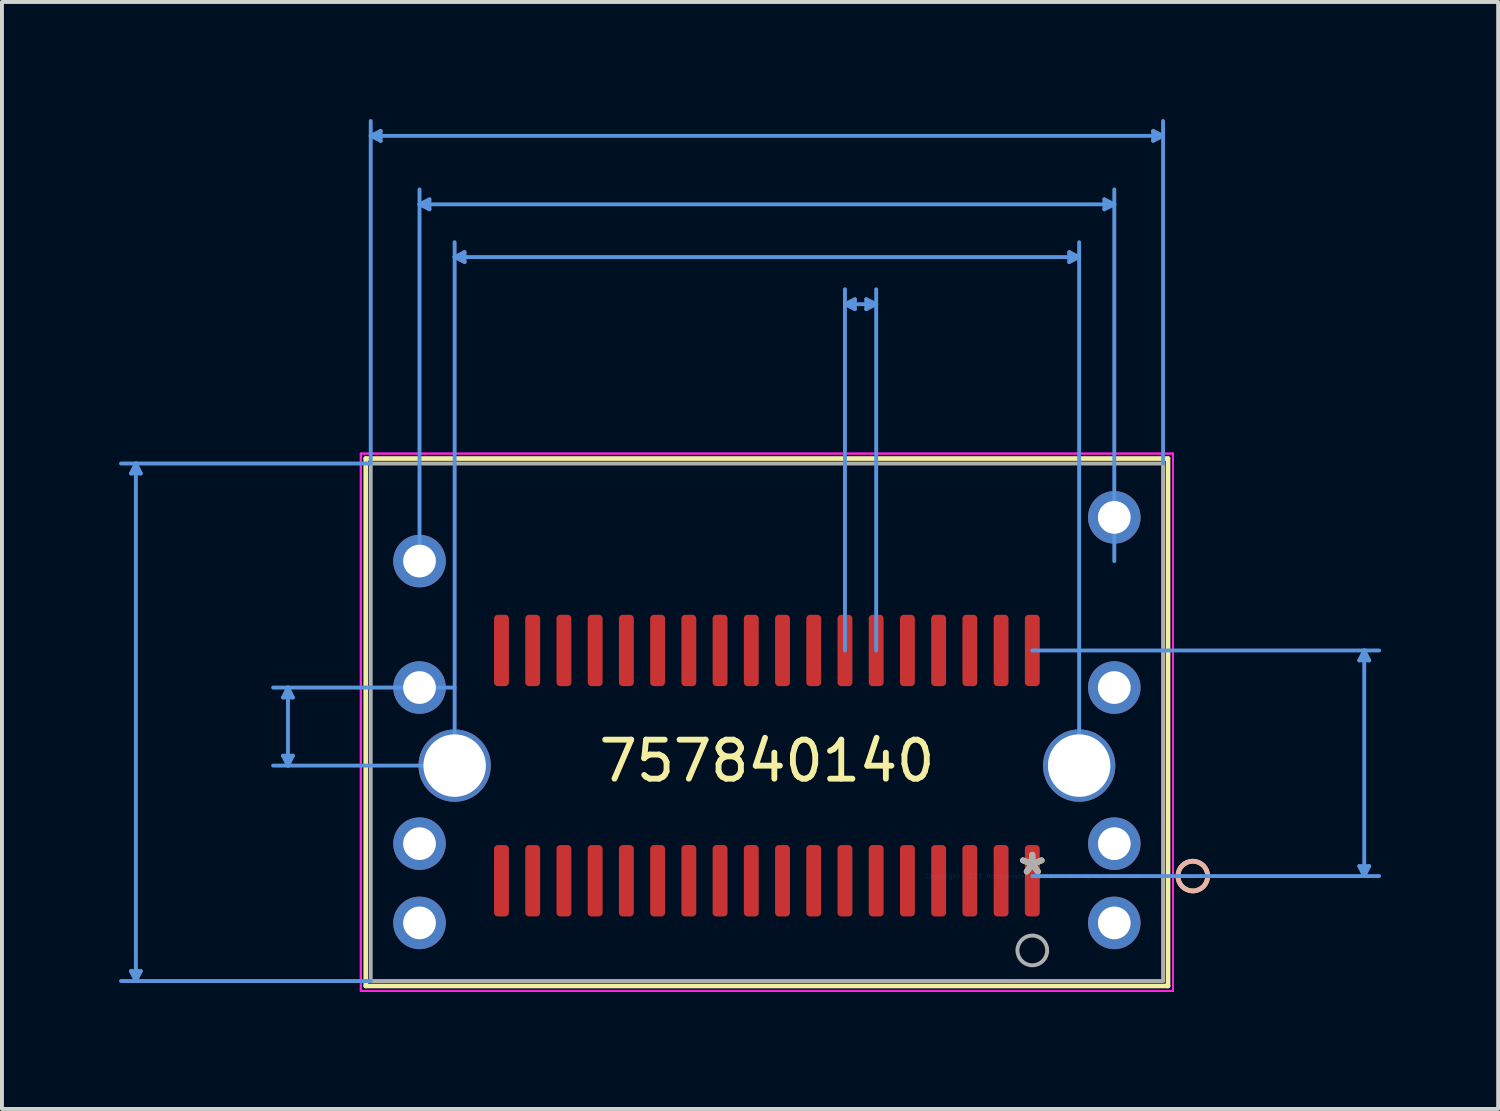
<source format=kicad_pcb>
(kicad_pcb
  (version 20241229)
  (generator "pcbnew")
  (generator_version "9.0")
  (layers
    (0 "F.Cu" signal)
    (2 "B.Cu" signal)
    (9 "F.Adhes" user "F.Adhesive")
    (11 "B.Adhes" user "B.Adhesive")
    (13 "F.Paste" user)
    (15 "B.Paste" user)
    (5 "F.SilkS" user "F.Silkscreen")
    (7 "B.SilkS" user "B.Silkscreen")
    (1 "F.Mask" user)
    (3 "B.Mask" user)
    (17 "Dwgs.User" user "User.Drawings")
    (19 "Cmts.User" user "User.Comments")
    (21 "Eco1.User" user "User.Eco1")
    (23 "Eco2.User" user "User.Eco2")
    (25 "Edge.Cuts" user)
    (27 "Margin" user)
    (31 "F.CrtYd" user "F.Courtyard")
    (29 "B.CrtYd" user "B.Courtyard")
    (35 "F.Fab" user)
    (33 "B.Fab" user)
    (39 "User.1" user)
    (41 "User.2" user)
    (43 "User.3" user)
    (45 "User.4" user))
  (footprint "757840140"
    (layer "F.Cu")
    (at 23.398 19.395)
    (property "Reference" "757840140" (at -6.8 -2.95 0) (layer "F.SilkS") (effects (font (size 1 1) (thickness 0.15))))
    (attr through_hole)
    (fp_line (start -17.077 -10.697) (end -17.077 2.816) (stroke (width 0.12) (type solid)) (layer "F.SilkS"))
    (fp_line (start -17.077 2.816) (end 3.477 2.816) (stroke (width 0.12) (type solid)) (layer "F.SilkS"))
    (fp_line (start 3.477 -10.697) (end -17.077 -10.697) (stroke (width 0.12) (type solid)) (layer "F.SilkS"))
    (fp_line (start 3.477 2.816) (end 3.477 -10.697) (stroke (width 0.12) (type solid)) (layer "F.SilkS"))
    (fp_circle (center 4.112 0) (end 4.493 0) (stroke (width 0.12) (type solid)) (fill no) (layer "F.SilkS"))
    (fp_circle (center 4.112 0) (end 4.493 0) (stroke (width 0.12) (type solid)) (fill no) (layer "B.SilkS"))
    (fp_line (start -23.094 2.435) (end -22.967 2.689) (stroke (width 0.1) (type solid)) (layer "Cmts.User"))
    (fp_line (start -23.094 -10.316) (end -22.967 -10.57) (stroke (width 0.1) (type solid)) (layer "Cmts.User"))
    (fp_line (start -23.094 -10.316) (end -22.84 -10.316) (stroke (width 0.1) (type solid)) (layer "Cmts.User"))
    (fp_line (start -22.967 -10.57) (end -22.967 2.689) (stroke (width 0.1) (type solid)) (layer "Cmts.User"))
    (fp_line (start -22.84 2.435) (end -23.094 2.435) (stroke (width 0.1) (type solid)) (layer "Cmts.User"))
    (fp_line (start -22.84 2.435) (end -22.967 2.689) (stroke (width 0.1) (type solid)) (layer "Cmts.User"))
    (fp_line (start -22.84 -10.316) (end -22.967 -10.57) (stroke (width 0.1) (type solid)) (layer "Cmts.User"))
    (fp_line (start -19.197 -3.084) (end -19.07 -2.83) (stroke (width 0.1) (type solid)) (layer "Cmts.User"))
    (fp_line (start -19.197 -4.576) (end -19.07 -4.83) (stroke (width 0.1) (type solid)) (layer "Cmts.User"))
    (fp_line (start -19.197 -4.576) (end -18.943 -4.576) (stroke (width 0.1) (type solid)) (layer "Cmts.User"))
    (fp_line (start -19.07 -2.83) (end -19.07 -4.83) (stroke (width 0.1) (type solid)) (layer "Cmts.User"))
    (fp_line (start -18.943 -3.084) (end -19.197 -3.084) (stroke (width 0.1) (type solid)) (layer "Cmts.User"))
    (fp_line (start -18.943 -3.084) (end -19.07 -2.83) (stroke (width 0.1) (type solid)) (layer "Cmts.User"))
    (fp_line (start -18.943 -4.576) (end -19.07 -4.83) (stroke (width 0.1) (type solid)) (layer "Cmts.User"))
    (fp_line (start -16.95 -18.964) (end 3.35 -18.964) (stroke (width 0.1) (type solid)) (layer "Cmts.User"))
    (fp_line (start -16.95 -10.57) (end -23.348 -10.57) (stroke (width 0.1) (type solid)) (layer "Cmts.User"))
    (fp_line (start -16.95 -10.57) (end -16.95 -19.345) (stroke (width 0.1) (type solid)) (layer "Cmts.User"))
    (fp_line (start -16.95 2.689) (end -23.348 2.689) (stroke (width 0.1) (type solid)) (layer "Cmts.User"))
    (fp_line (start -16.696 -19.091) (end -16.95 -18.964) (stroke (width 0.1) (type solid)) (layer "Cmts.User"))
    (fp_line (start -16.696 -18.837) (end -16.95 -18.964) (stroke (width 0.1) (type solid)) (layer "Cmts.User"))
    (fp_line (start -16.696 -18.837) (end -16.696 -19.091) (stroke (width 0.1) (type solid)) (layer "Cmts.User"))
    (fp_line (start -15.7 -17.21) (end 2.1 -17.21) (stroke (width 0.1) (type solid)) (layer "Cmts.User"))
    (fp_line (start -15.7 -8.07) (end -15.7 -17.591) (stroke (width 0.1) (type solid)) (layer "Cmts.User"))
    (fp_line (start -15.446 -17.337) (end -15.7 -17.21) (stroke (width 0.1) (type solid)) (layer "Cmts.User"))
    (fp_line (start -15.446 -17.083) (end -15.7 -17.21) (stroke (width 0.1) (type solid)) (layer "Cmts.User"))
    (fp_line (start -15.446 -17.083) (end -15.446 -17.337) (stroke (width 0.1) (type solid)) (layer "Cmts.User"))
    (fp_line (start -14.8 -15.858) (end 1.2 -15.858) (stroke (width 0.1) (type solid)) (layer "Cmts.User"))
    (fp_line (start -14.8 -4.83) (end -19.451 -4.83) (stroke (width 0.1) (type solid)) (layer "Cmts.User"))
    (fp_line (start -14.8 -2.83) (end -19.451 -2.83) (stroke (width 0.1) (type solid)) (layer "Cmts.User"))
    (fp_line (start -14.8 -2.83) (end -14.8 -16.239) (stroke (width 0.1) (type solid)) (layer "Cmts.User"))
    (fp_line (start -14.546 -15.985) (end -14.8 -15.858) (stroke (width 0.1) (type solid)) (layer "Cmts.User"))
    (fp_line (start -14.546 -15.731) (end -14.8 -15.858) (stroke (width 0.1) (type solid)) (layer "Cmts.User"))
    (fp_line (start -14.546 -15.731) (end -14.546 -15.985) (stroke (width 0.1) (type solid)) (layer "Cmts.User"))
    (fp_line (start -4.8 -14.652) (end -4 -14.652) (stroke (width 0.1) (type solid)) (layer "Cmts.User"))
    (fp_line (start -4.8 -5.78) (end -4.8 -15.033) (stroke (width 0.1) (type solid)) (layer "Cmts.User"))
    (fp_line (start -4.546 -14.779) (end -4.8 -14.652) (stroke (width 0.1) (type solid)) (layer "Cmts.User"))
    (fp_line (start -4.546 -14.525) (end -4.8 -14.652) (stroke (width 0.1) (type solid)) (layer "Cmts.User"))
    (fp_line (start -4.546 -14.525) (end -4.546 -14.779) (stroke (width 0.1) (type solid)) (layer "Cmts.User"))
    (fp_line (start -4.254 -14.525) (end -4 -14.652) (stroke (width 0.1) (type solid)) (layer "Cmts.User"))
    (fp_line (start -4.254 -14.779) (end -4.254 -14.525) (stroke (width 0.1) (type solid)) (layer "Cmts.User"))
    (fp_line (start -4.254 -14.779) (end -4 -14.652) (stroke (width 0.1) (type solid)) (layer "Cmts.User"))
    (fp_line (start -4 -5.78) (end -4 -15.033) (stroke (width 0.1) (type solid)) (layer "Cmts.User"))
    (fp_line (start 0 -5.78) (end 8.885 -5.78) (stroke (width 0.1) (type solid)) (layer "Cmts.User"))
    (fp_line (start 0 0) (end 8.885 0) (stroke (width 0.1) (type solid)) (layer "Cmts.User"))
    (fp_line (start 0.946 -15.731) (end 1.2 -15.858) (stroke (width 0.1) (type solid)) (layer "Cmts.User"))
    (fp_line (start 0.946 -15.985) (end 0.946 -15.731) (stroke (width 0.1) (type solid)) (layer "Cmts.User"))
    (fp_line (start 0.946 -15.985) (end 1.2 -15.858) (stroke (width 0.1) (type solid)) (layer "Cmts.User"))
    (fp_line (start 1.2 -2.83) (end 1.2 -16.239) (stroke (width 0.1) (type solid)) (layer "Cmts.User"))
    (fp_line (start 1.846 -17.337) (end 1.846 -17.083) (stroke (width 0.1) (type solid)) (layer "Cmts.User"))
    (fp_line (start 1.846 -17.337) (end 2.1 -17.21) (stroke (width 0.1) (type solid)) (layer "Cmts.User"))
    (fp_line (start 1.846 -17.083) (end 2.1 -17.21) (stroke (width 0.1) (type solid)) (layer "Cmts.User"))
    (fp_line (start 2.1 -8.07) (end 2.1 -17.591) (stroke (width 0.1) (type solid)) (layer "Cmts.User"))
    (fp_line (start 3.096 -18.837) (end 3.35 -18.964) (stroke (width 0.1) (type solid)) (layer "Cmts.User"))
    (fp_line (start 3.096 -19.091) (end 3.096 -18.837) (stroke (width 0.1) (type solid)) (layer "Cmts.User"))
    (fp_line (start 3.096 -19.091) (end 3.35 -18.964) (stroke (width 0.1) (type solid)) (layer "Cmts.User"))
    (fp_line (start 3.35 -10.57) (end 3.35 -19.345) (stroke (width 0.1) (type solid)) (layer "Cmts.User"))
    (fp_line (start 8.377 -5.526) (end 8.504 -5.78) (stroke (width 0.1) (type solid)) (layer "Cmts.User"))
    (fp_line (start 8.377 -5.526) (end 8.631 -5.526) (stroke (width 0.1) (type solid)) (layer "Cmts.User"))
    (fp_line (start 8.377 -0.254) (end 8.504 0) (stroke (width 0.1) (type solid)) (layer "Cmts.User"))
    (fp_line (start 8.504 -5.78) (end 8.504 0) (stroke (width 0.1) (type solid)) (layer "Cmts.User"))
    (fp_line (start 8.631 -0.254) (end 8.377 -0.254) (stroke (width 0.1) (type solid)) (layer "Cmts.User"))
    (fp_line (start 8.631 -0.254) (end 8.504 0) (stroke (width 0.1) (type solid)) (layer "Cmts.User"))
    (fp_line (start 8.631 -5.526) (end 8.504 -5.78) (stroke (width 0.1) (type solid)) (layer "Cmts.User"))
    (fp_line (start -17.204 -10.824) (end -17.204 2.943) (stroke (width 0.05) (type solid)) (layer "F.CrtYd"))
    (fp_line (start -17.204 -10.824) (end -17.204 2.943) (stroke (width 0.05) (type solid)) (layer "F.CrtYd"))
    (fp_line (start -17.204 2.943) (end 3.604 2.943) (stroke (width 0.05) (type solid)) (layer "F.CrtYd"))
    (fp_line (start -17.204 2.943) (end 3.604 2.943) (stroke (width 0.05) (type solid)) (layer "F.CrtYd"))
    (fp_line (start 3.604 -10.824) (end -17.204 -10.824) (stroke (width 0.05) (type solid)) (layer "F.CrtYd"))
    (fp_line (start 3.604 -10.824) (end -17.204 -10.824) (stroke (width 0.05) (type solid)) (layer "F.CrtYd"))
    (fp_line (start 3.604 2.943) (end 3.604 -10.824) (stroke (width 0.05) (type solid)) (layer "F.CrtYd"))
    (fp_line (start 3.604 2.943) (end 3.604 -10.824) (stroke (width 0.05) (type solid)) (layer "F.CrtYd"))
    (fp_line (start -16.95 -10.57) (end -16.95 2.689) (stroke (width 0.1) (type solid)) (layer "F.Fab"))
    (fp_line (start -16.95 2.689) (end 3.35 2.689) (stroke (width 0.1) (type solid)) (layer "F.Fab"))
    (fp_line (start 3.35 -10.57) (end -16.95 -10.57) (stroke (width 0.1) (type solid)) (layer "F.Fab"))
    (fp_line (start 3.35 2.689) (end 3.35 -10.57) (stroke (width 0.1) (type solid)) (layer "F.Fab"))
    (fp_circle (center 0 1.905) (end 0.381 1.905) (stroke (width 0.1) (type solid)) (fill no) (layer "F.Fab"))
    (fp_text user "*" (at 0 0 0) (layer "F.SilkS") (effects (font (size 1 1) (thickness 0.15))))
    (fp_text user "Copyright 2021 Accelerated Designs. All rights reserved." (at 0 0 0) (layer "Cmts.User") (effects (font (size 0.127 0.127) (thickness 0.002))))
    (fp_text user "*" (at 0 0 0) (layer "F.Fab") (effects (font (size 1 1) (thickness 0.15))))
    (pad "37" thru_hole circle (at -15.7 -8.07) (size 1.346 1.346) (drill 0.838) (layers "*.Cu" "*.Mask"))
    (pad "38" thru_hole circle (at 2.1 -9.19) (size 1.346 1.346) (drill 0.838) (layers "*.Cu" "*.Mask"))
    (pad "39" thru_hole circle (at -15.7 -4.83) (size 1.346 1.346) (drill 0.838) (layers "*.Cu" "*.Mask"))
    (pad "40" thru_hole circle (at 2.1 -4.83) (size 1.346 1.346) (drill 0.838) (layers "*.Cu" "*.Mask"))
    (pad "41" thru_hole circle (at -14.8 -2.83) (size 1.854 1.854) (drill 1.6) (layers "*.Cu" "*.Mask"))
    (pad "42" thru_hole circle (at 1.2 -2.83) (size 1.854 1.854) (drill 1.6) (layers "*.Cu" "*.Mask"))
    (pad "43" thru_hole circle (at -15.7 -0.83) (size 1.346 1.346) (drill 0.838) (layers "*.Cu" "*.Mask"))
    (pad "44" thru_hole circle (at 2.1 -0.83) (size 1.346 1.346) (drill 0.838) (layers "*.Cu" "*.Mask"))
    (pad "45" thru_hole circle (at -15.7 1.2) (size 1.346 1.346) (drill 0.838) (layers "*.Cu" "*.Mask"))
    (pad "46" thru_hole circle (at 2.1 1.2) (size 1.346 1.346) (drill 0.838) (layers "*.Cu" "*.Mask"))
    (pad "A1" smd roundrect (at 0 0.12) (size 0.381 1.829) (layers "F.Cu" "F.Mask" "F.Paste") (roundrect_rratio 0.25))
    (pad "A2" smd roundrect (at -0.8 0.12) (size 0.381 1.829) (layers "F.Cu" "F.Mask" "F.Paste") (roundrect_rratio 0.25))
    (pad "A3" smd roundrect (at -1.6 0.12) (size 0.381 1.829) (layers "F.Cu" "F.Mask" "F.Paste") (roundrect_rratio 0.25))
    (pad "A4" smd roundrect (at -2.4 0.12) (size 0.381 1.829) (layers "F.Cu" "F.Mask" "F.Paste") (roundrect_rratio 0.25))
    (pad "A5" smd roundrect (at -3.2 0.12) (size 0.381 1.829) (layers "F.Cu" "F.Mask" "F.Paste") (roundrect_rratio 0.25))
    (pad "A6" smd roundrect (at -4 0.12) (size 0.381 1.829) (layers "F.Cu" "F.Mask" "F.Paste") (roundrect_rratio 0.25))
    (pad "A7" smd roundrect (at -4.8 0.12) (size 0.381 1.829) (layers "F.Cu" "F.Mask" "F.Paste") (roundrect_rratio 0.25))
    (pad "A8" smd roundrect (at -5.6 0.12) (size 0.381 1.829) (layers "F.Cu" "F.Mask" "F.Paste") (roundrect_rratio 0.25))
    (pad "A9" smd roundrect (at -6.4 0.12) (size 0.381 1.829) (layers "F.Cu" "F.Mask" "F.Paste") (roundrect_rratio 0.25))
    (pad "A10" smd roundrect (at -7.2 0.12) (size 0.381 1.829) (layers "F.Cu" "F.Mask" "F.Paste") (roundrect_rratio 0.25))
    (pad "A11" smd roundrect (at -8 0.12) (size 0.381 1.829) (layers "F.Cu" "F.Mask" "F.Paste") (roundrect_rratio 0.25))
    (pad "A12" smd roundrect (at -8.8 0.12) (size 0.381 1.829) (layers "F.Cu" "F.Mask" "F.Paste") (roundrect_rratio 0.25))
    (pad "A13" smd roundrect (at -9.6 0.12) (size 0.381 1.829) (layers "F.Cu" "F.Mask" "F.Paste") (roundrect_rratio 0.25))
    (pad "A14" smd roundrect (at -10.4 0.12) (size 0.381 1.829) (layers "F.Cu" "F.Mask" "F.Paste") (roundrect_rratio 0.25))
    (pad "A15" smd roundrect (at -11.2 0.12) (size 0.381 1.829) (layers "F.Cu" "F.Mask" "F.Paste") (roundrect_rratio 0.25))
    (pad "A16" smd roundrect (at -12 0.12) (size 0.381 1.829) (layers "F.Cu" "F.Mask" "F.Paste") (roundrect_rratio 0.25))
    (pad "A17" smd roundrect (at -12.8 0.12) (size 0.381 1.829) (layers "F.Cu" "F.Mask" "F.Paste") (roundrect_rratio 0.25))
    (pad "A18" smd roundrect (at -13.6 0.12) (size 0.381 1.829) (layers "F.Cu" "F.Mask" "F.Paste") (roundrect_rratio 0.25))
    (pad "B1" smd roundrect (at 0 -5.78) (size 0.381 1.829) (layers "F.Cu" "F.Mask" "F.Paste") (roundrect_rratio 0.25))
    (pad "B2" smd roundrect (at -0.8 -5.78) (size 0.381 1.829) (layers "F.Cu" "F.Mask" "F.Paste") (roundrect_rratio 0.25))
    (pad "B3" smd roundrect (at -1.6 -5.78) (size 0.381 1.829) (layers "F.Cu" "F.Mask" "F.Paste") (roundrect_rratio 0.25))
    (pad "B4" smd roundrect (at -2.4 -5.78) (size 0.381 1.829) (layers "F.Cu" "F.Mask" "F.Paste") (roundrect_rratio 0.25))
    (pad "B5" smd roundrect (at -3.2 -5.78) (size 0.381 1.829) (layers "F.Cu" "F.Mask" "F.Paste") (roundrect_rratio 0.25))
    (pad "B6" smd roundrect (at -4 -5.78) (size 0.381 1.829) (layers "F.Cu" "F.Mask" "F.Paste") (roundrect_rratio 0.25))
    (pad "B7" smd roundrect (at -4.8 -5.78) (size 0.381 1.829) (layers "F.Cu" "F.Mask" "F.Paste") (roundrect_rratio 0.25))
    (pad "B8" smd roundrect (at -5.6 -5.78) (size 0.381 1.829) (layers "F.Cu" "F.Mask" "F.Paste") (roundrect_rratio 0.25))
    (pad "B9" smd roundrect (at -6.4 -5.78) (size 0.381 1.829) (layers "F.Cu" "F.Mask" "F.Paste") (roundrect_rratio 0.25))
    (pad "B10" smd roundrect (at -7.2 -5.78) (size 0.381 1.829) (layers "F.Cu" "F.Mask" "F.Paste") (roundrect_rratio 0.25))
    (pad "B11" smd roundrect (at -8 -5.78) (size 0.381 1.829) (layers "F.Cu" "F.Mask" "F.Paste") (roundrect_rratio 0.25))
    (pad "B12" smd roundrect (at -8.8 -5.78) (size 0.381 1.829) (layers "F.Cu" "F.Mask" "F.Paste") (roundrect_rratio 0.25))
    (pad "B13" smd roundrect (at -9.6 -5.78) (size 0.381 1.829) (layers "F.Cu" "F.Mask" "F.Paste") (roundrect_rratio 0.25))
    (pad "B14" smd roundrect (at -10.4 -5.78) (size 0.381 1.829) (layers "F.Cu" "F.Mask" "F.Paste") (roundrect_rratio 0.25))
    (pad "B15" smd roundrect (at -11.2 -5.78) (size 0.381 1.829) (layers "F.Cu" "F.Mask" "F.Paste") (roundrect_rratio 0.25))
    (pad "B16" smd roundrect (at -12 -5.78) (size 0.381 1.829) (layers "F.Cu" "F.Mask" "F.Paste") (roundrect_rratio 0.25))
    (pad "B17" smd roundrect (at -12.8 -5.78) (size 0.381 1.829) (layers "F.Cu" "F.Mask" "F.Paste") (roundrect_rratio 0.25))
    (pad "B18" smd roundrect (at -13.6 -5.78) (size 0.381 1.829) (layers "F.Cu" "F.Mask" "F.Paste") (roundrect_rratio 0.25)))
  (gr_rect
    (start -3 -3)
    (end 35.333 25.362)
    (stroke (width 0.1) (type default))
    (fill no)
    (layer "Edge.Cuts")))
</source>
